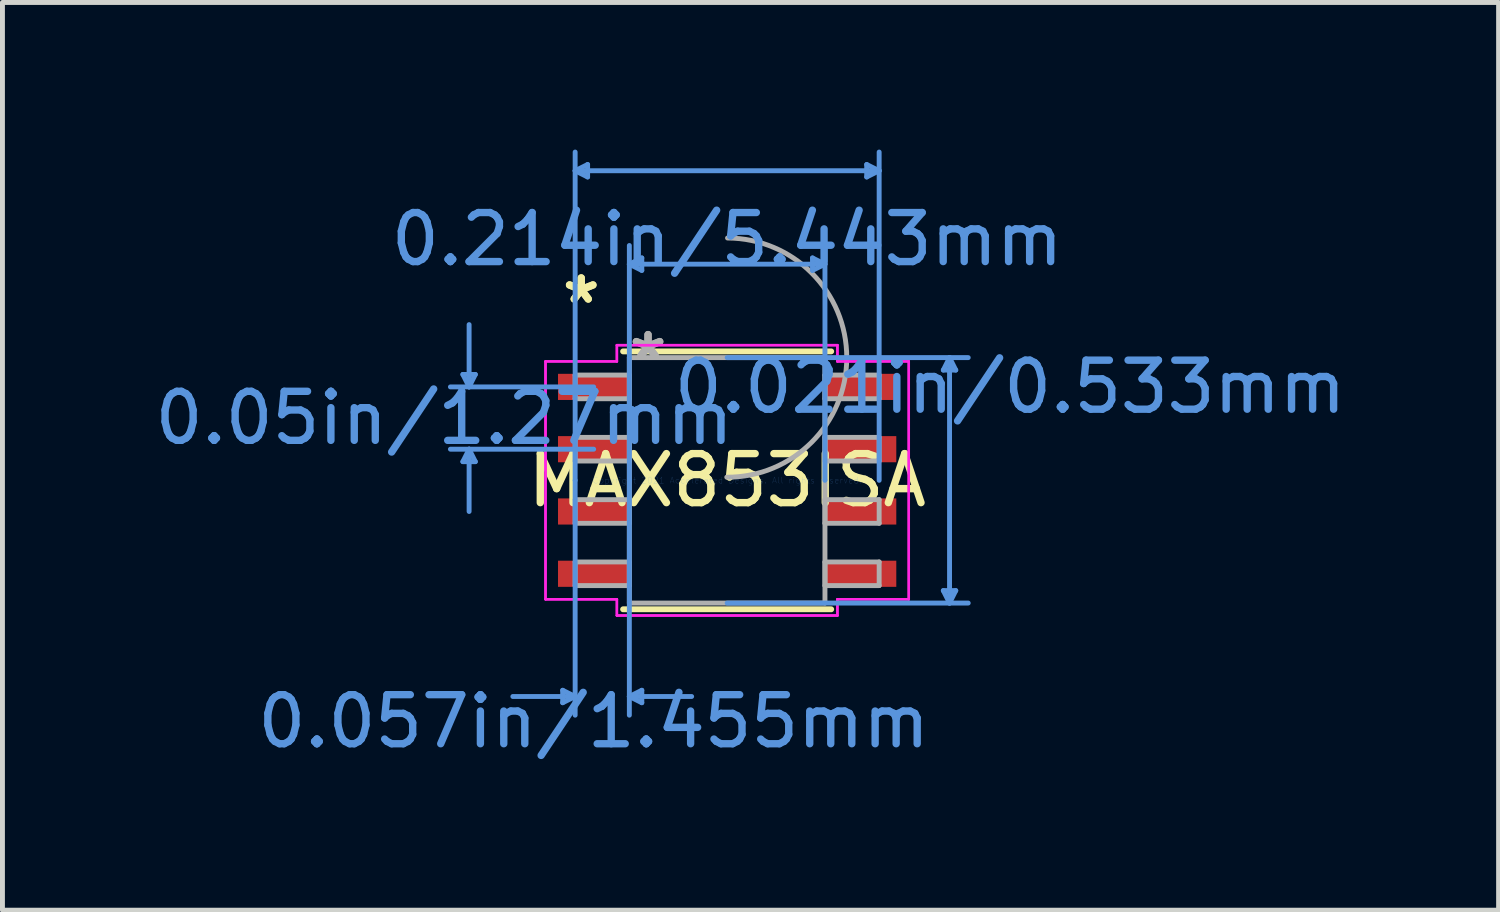
<source format=kicad_pcb>
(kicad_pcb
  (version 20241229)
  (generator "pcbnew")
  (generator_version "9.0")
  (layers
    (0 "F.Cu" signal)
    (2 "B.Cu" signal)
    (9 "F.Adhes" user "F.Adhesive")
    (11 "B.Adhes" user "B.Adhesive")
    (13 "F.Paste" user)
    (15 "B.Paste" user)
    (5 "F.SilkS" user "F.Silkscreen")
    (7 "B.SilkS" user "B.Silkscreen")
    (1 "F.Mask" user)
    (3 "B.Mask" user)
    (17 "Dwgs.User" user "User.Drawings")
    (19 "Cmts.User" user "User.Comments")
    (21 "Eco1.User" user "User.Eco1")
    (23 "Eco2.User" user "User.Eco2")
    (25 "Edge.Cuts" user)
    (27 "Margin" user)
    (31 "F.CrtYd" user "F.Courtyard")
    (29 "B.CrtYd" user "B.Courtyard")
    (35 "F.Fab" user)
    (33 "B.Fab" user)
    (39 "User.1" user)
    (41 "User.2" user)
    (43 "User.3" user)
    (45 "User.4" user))
  (footprint "MAX853ISA"
    (layer "F.Cu")
    (at 11.775 6.743)
    (property "Reference" "MAX853ISA" (at 0 0 0) (layer "F.SilkS") (effects (font (size 1 1) (thickness 0.15))))
    (attr through_hole)
    (fp_line (start -2.121 2.629) (end 2.121 2.629) (stroke (width 0.12) (type solid)) (layer "F.SilkS"))
    (fp_line (start 2.121 -2.629) (end -2.121 -2.629) (stroke (width 0.12) (type solid)) (layer "F.SilkS"))
    (fp_line (start -5.388 -2.159) (end -5.134 -2.159) (stroke (width 0.1) (type solid)) (layer "Cmts.User"))
    (fp_line (start -5.388 -0.381) (end -5.134 -0.381) (stroke (width 0.1) (type solid)) (layer "Cmts.User"))
    (fp_line (start -5.261 -1.905) (end -5.388 -2.159) (stroke (width 0.1) (type solid)) (layer "Cmts.User"))
    (fp_line (start -5.261 -1.905) (end -5.261 -3.175) (stroke (width 0.1) (type solid)) (layer "Cmts.User"))
    (fp_line (start -5.261 -1.905) (end -5.134 -2.159) (stroke (width 0.1) (type solid)) (layer "Cmts.User"))
    (fp_line (start -5.261 -0.635) (end -5.388 -0.381) (stroke (width 0.1) (type solid)) (layer "Cmts.User"))
    (fp_line (start -5.261 -0.635) (end -5.261 0.635) (stroke (width 0.1) (type solid)) (layer "Cmts.User"))
    (fp_line (start -5.261 -0.635) (end -5.134 -0.381) (stroke (width 0.1) (type solid)) (layer "Cmts.User"))
    (fp_line (start -3.353 4.28) (end -3.353 4.534) (stroke (width 0.1) (type solid)) (layer "Cmts.User"))
    (fp_line (start -3.099 -6.312) (end -2.845 -6.439) (stroke (width 0.1) (type solid)) (layer "Cmts.User"))
    (fp_line (start -3.099 -6.312) (end -2.845 -6.185) (stroke (width 0.1) (type solid)) (layer "Cmts.User"))
    (fp_line (start -3.099 -6.312) (end 3.099 -6.312) (stroke (width 0.1) (type solid)) (layer "Cmts.User"))
    (fp_line (start -3.099 0) (end -3.099 -6.693) (stroke (width 0.1) (type solid)) (layer "Cmts.User"))
    (fp_line (start -3.099 0) (end -3.099 4.788) (stroke (width 0.1) (type solid)) (layer "Cmts.User"))
    (fp_line (start -3.099 4.407) (end -4.369 4.407) (stroke (width 0.1) (type solid)) (layer "Cmts.User"))
    (fp_line (start -3.099 4.407) (end -3.353 4.28) (stroke (width 0.1) (type solid)) (layer "Cmts.User"))
    (fp_line (start -3.099 4.407) (end -3.353 4.534) (stroke (width 0.1) (type solid)) (layer "Cmts.User"))
    (fp_line (start -2.845 -6.439) (end -2.845 -6.185) (stroke (width 0.1) (type solid)) (layer "Cmts.User"))
    (fp_line (start -2.721 -1.905) (end -5.642 -1.905) (stroke (width 0.1) (type solid)) (layer "Cmts.User"))
    (fp_line (start -2.721 -0.635) (end -5.642 -0.635) (stroke (width 0.1) (type solid)) (layer "Cmts.User"))
    (fp_line (start -1.994 -4.407) (end -1.74 -4.534) (stroke (width 0.1) (type solid)) (layer "Cmts.User"))
    (fp_line (start -1.994 -4.407) (end -1.74 -4.28) (stroke (width 0.1) (type solid)) (layer "Cmts.User"))
    (fp_line (start -1.994 -4.407) (end 1.994 -4.407) (stroke (width 0.1) (type solid)) (layer "Cmts.User"))
    (fp_line (start -1.994 0) (end -1.994 -4.788) (stroke (width 0.1) (type solid)) (layer "Cmts.User"))
    (fp_line (start -1.994 0) (end -1.994 4.788) (stroke (width 0.1) (type solid)) (layer "Cmts.User"))
    (fp_line (start -1.994 4.407) (end -1.74 4.28) (stroke (width 0.1) (type solid)) (layer "Cmts.User"))
    (fp_line (start -1.994 4.407) (end -1.74 4.534) (stroke (width 0.1) (type solid)) (layer "Cmts.User"))
    (fp_line (start -1.994 4.407) (end -0.724 4.407) (stroke (width 0.1) (type solid)) (layer "Cmts.User"))
    (fp_line (start -1.74 -4.534) (end -1.74 -4.28) (stroke (width 0.1) (type solid)) (layer "Cmts.User"))
    (fp_line (start -1.74 4.28) (end -1.74 4.534) (stroke (width 0.1) (type solid)) (layer "Cmts.User"))
    (fp_line (start 0 -2.502) (end 4.915 -2.502) (stroke (width 0.1) (type solid)) (layer "Cmts.User"))
    (fp_line (start 0 2.502) (end 4.915 2.502) (stroke (width 0.1) (type solid)) (layer "Cmts.User"))
    (fp_line (start 1.74 -4.534) (end 1.74 -4.28) (stroke (width 0.1) (type solid)) (layer "Cmts.User"))
    (fp_line (start 1.994 -4.407) (end 1.74 -4.534) (stroke (width 0.1) (type solid)) (layer "Cmts.User"))
    (fp_line (start 1.994 -4.407) (end 1.74 -4.28) (stroke (width 0.1) (type solid)) (layer "Cmts.User"))
    (fp_line (start 1.994 0) (end 1.994 -4.788) (stroke (width 0.1) (type solid)) (layer "Cmts.User"))
    (fp_line (start 2.845 -6.439) (end 2.845 -6.185) (stroke (width 0.1) (type solid)) (layer "Cmts.User"))
    (fp_line (start 3.099 -6.312) (end 2.845 -6.439) (stroke (width 0.1) (type solid)) (layer "Cmts.User"))
    (fp_line (start 3.099 -6.312) (end 2.845 -6.185) (stroke (width 0.1) (type solid)) (layer "Cmts.User"))
    (fp_line (start 3.099 0) (end 3.099 -6.693) (stroke (width 0.1) (type solid)) (layer "Cmts.User"))
    (fp_line (start 4.407 -2.248) (end 4.661 -2.248) (stroke (width 0.1) (type solid)) (layer "Cmts.User"))
    (fp_line (start 4.407 2.248) (end 4.661 2.248) (stroke (width 0.1) (type solid)) (layer "Cmts.User"))
    (fp_line (start 4.534 -2.502) (end 4.407 -2.248) (stroke (width 0.1) (type solid)) (layer "Cmts.User"))
    (fp_line (start 4.534 -2.502) (end 4.534 2.502) (stroke (width 0.1) (type solid)) (layer "Cmts.User"))
    (fp_line (start 4.534 -2.502) (end 4.661 -2.248) (stroke (width 0.1) (type solid)) (layer "Cmts.User"))
    (fp_line (start 4.534 2.502) (end 4.407 2.248) (stroke (width 0.1) (type solid)) (layer "Cmts.User"))
    (fp_line (start 4.534 2.502) (end 4.661 2.248) (stroke (width 0.1) (type solid)) (layer "Cmts.User"))
    (fp_line (start -3.703 -2.425) (end -2.248 -2.425) (stroke (width 0.05) (type solid)) (layer "F.CrtYd"))
    (fp_line (start -3.703 -2.425) (end -2.248 -2.425) (stroke (width 0.05) (type solid)) (layer "F.CrtYd"))
    (fp_line (start -3.703 2.425) (end -3.703 -2.425) (stroke (width 0.05) (type solid)) (layer "F.CrtYd"))
    (fp_line (start -3.703 2.425) (end -3.703 -2.425) (stroke (width 0.05) (type solid)) (layer "F.CrtYd"))
    (fp_line (start -3.703 2.425) (end -2.248 2.425) (stroke (width 0.05) (type solid)) (layer "F.CrtYd"))
    (fp_line (start -2.248 -2.756) (end 2.248 -2.756) (stroke (width 0.05) (type solid)) (layer "F.CrtYd"))
    (fp_line (start -2.248 -2.756) (end 2.248 -2.756) (stroke (width 0.05) (type solid)) (layer "F.CrtYd"))
    (fp_line (start -2.248 -2.425) (end -2.248 -2.756) (stroke (width 0.05) (type solid)) (layer "F.CrtYd"))
    (fp_line (start -2.248 -2.425) (end -2.248 -2.756) (stroke (width 0.05) (type solid)) (layer "F.CrtYd"))
    (fp_line (start -2.248 2.425) (end -3.703 2.425) (stroke (width 0.05) (type solid)) (layer "F.CrtYd"))
    (fp_line (start -2.248 2.756) (end -2.248 2.425) (stroke (width 0.05) (type solid)) (layer "F.CrtYd"))
    (fp_line (start -2.248 2.756) (end -2.248 2.425) (stroke (width 0.05) (type solid)) (layer "F.CrtYd"))
    (fp_line (start 2.248 -2.756) (end 2.248 -2.425) (stroke (width 0.05) (type solid)) (layer "F.CrtYd"))
    (fp_line (start 2.248 -2.756) (end 2.248 -2.425) (stroke (width 0.05) (type solid)) (layer "F.CrtYd"))
    (fp_line (start 2.248 -2.425) (end 3.703 -2.425) (stroke (width 0.05) (type solid)) (layer "F.CrtYd"))
    (fp_line (start 2.248 2.425) (end 2.248 2.756) (stroke (width 0.05) (type solid)) (layer "F.CrtYd"))
    (fp_line (start 2.248 2.425) (end 2.248 2.756) (stroke (width 0.05) (type solid)) (layer "F.CrtYd"))
    (fp_line (start 2.248 2.756) (end -2.248 2.756) (stroke (width 0.05) (type solid)) (layer "F.CrtYd"))
    (fp_line (start 2.248 2.756) (end -2.248 2.756) (stroke (width 0.05) (type solid)) (layer "F.CrtYd"))
    (fp_line (start 3.703 -2.425) (end 2.248 -2.425) (stroke (width 0.05) (type solid)) (layer "F.CrtYd"))
    (fp_line (start 3.703 -2.425) (end 3.703 2.425) (stroke (width 0.05) (type solid)) (layer "F.CrtYd"))
    (fp_line (start 3.703 -2.425) (end 3.703 2.425) (stroke (width 0.05) (type solid)) (layer "F.CrtYd"))
    (fp_line (start 3.703 2.425) (end 2.248 2.425) (stroke (width 0.05) (type solid)) (layer "F.CrtYd"))
    (fp_line (start 3.703 2.425) (end 2.248 2.425) (stroke (width 0.05) (type solid)) (layer "F.CrtYd"))
    (fp_line (start -3.099 -2.146) (end -3.099 -1.664) (stroke (width 0.1) (type solid)) (layer "F.Fab"))
    (fp_line (start -3.099 -1.664) (end -1.994 -1.664) (stroke (width 0.1) (type solid)) (layer "F.Fab"))
    (fp_line (start -3.099 -0.876) (end -3.099 -0.394) (stroke (width 0.1) (type solid)) (layer "F.Fab"))
    (fp_line (start -3.099 -0.394) (end -1.994 -0.394) (stroke (width 0.1) (type solid)) (layer "F.Fab"))
    (fp_line (start -3.099 0.394) (end -3.099 0.876) (stroke (width 0.1) (type solid)) (layer "F.Fab"))
    (fp_line (start -3.099 0.876) (end -1.994 0.876) (stroke (width 0.1) (type solid)) (layer "F.Fab"))
    (fp_line (start -3.099 1.664) (end -3.099 2.146) (stroke (width 0.1) (type solid)) (layer "F.Fab"))
    (fp_line (start -3.099 2.146) (end -1.994 2.146) (stroke (width 0.1) (type solid)) (layer "F.Fab"))
    (fp_line (start -1.994 -2.502) (end -1.994 2.502) (stroke (width 0.1) (type solid)) (layer "F.Fab"))
    (fp_line (start -1.994 -2.146) (end -3.099 -2.146) (stroke (width 0.1) (type solid)) (layer "F.Fab"))
    (fp_line (start -1.994 -1.664) (end -1.994 -2.146) (stroke (width 0.1) (type solid)) (layer "F.Fab"))
    (fp_line (start -1.994 -0.876) (end -3.099 -0.876) (stroke (width 0.1) (type solid)) (layer "F.Fab"))
    (fp_line (start -1.994 -0.394) (end -1.994 -0.876) (stroke (width 0.1) (type solid)) (layer "F.Fab"))
    (fp_line (start -1.994 0.394) (end -3.099 0.394) (stroke (width 0.1) (type solid)) (layer "F.Fab"))
    (fp_line (start -1.994 0.876) (end -1.994 0.394) (stroke (width 0.1) (type solid)) (layer "F.Fab"))
    (fp_line (start -1.994 1.664) (end -3.099 1.664) (stroke (width 0.1) (type solid)) (layer "F.Fab"))
    (fp_line (start -1.994 2.146) (end -1.994 1.664) (stroke (width 0.1) (type solid)) (layer "F.Fab"))
    (fp_line (start -1.994 2.502) (end 1.994 2.502) (stroke (width 0.1) (type solid)) (layer "F.Fab"))
    (fp_line (start 1.994 -2.502) (end -1.994 -2.502) (stroke (width 0.1) (type solid)) (layer "F.Fab"))
    (fp_line (start 1.994 -2.146) (end 1.994 -1.664) (stroke (width 0.1) (type solid)) (layer "F.Fab"))
    (fp_line (start 1.994 -1.664) (end 3.099 -1.664) (stroke (width 0.1) (type solid)) (layer "F.Fab"))
    (fp_line (start 1.994 -0.876) (end 1.994 -0.394) (stroke (width 0.1) (type solid)) (layer "F.Fab"))
    (fp_line (start 1.994 -0.394) (end 3.099 -0.394) (stroke (width 0.1) (type solid)) (layer "F.Fab"))
    (fp_line (start 1.994 0.394) (end 1.994 0.876) (stroke (width 0.1) (type solid)) (layer "F.Fab"))
    (fp_line (start 1.994 0.876) (end 3.099 0.876) (stroke (width 0.1) (type solid)) (layer "F.Fab"))
    (fp_line (start 1.994 1.664) (end 1.994 2.146) (stroke (width 0.1) (type solid)) (layer "F.Fab"))
    (fp_line (start 1.994 2.146) (end 3.099 2.146) (stroke (width 0.1) (type solid)) (layer "F.Fab"))
    (fp_line (start 1.994 2.502) (end 1.994 -2.502) (stroke (width 0.1) (type solid)) (layer "F.Fab"))
    (fp_line (start 3.099 -2.146) (end 1.994 -2.146) (stroke (width 0.1) (type solid)) (layer "F.Fab"))
    (fp_line (start 3.099 -1.664) (end 3.099 -2.146) (stroke (width 0.1) (type solid)) (layer "F.Fab"))
    (fp_line (start 3.099 -0.876) (end 1.994 -0.876) (stroke (width 0.1) (type solid)) (layer "F.Fab"))
    (fp_line (start 3.099 -0.394) (end 3.099 -0.876) (stroke (width 0.1) (type solid)) (layer "F.Fab"))
    (fp_line (start 3.099 0.394) (end 1.994 0.394) (stroke (width 0.1) (type solid)) (layer "F.Fab"))
    (fp_line (start 3.099 0.876) (end 3.099 0.394) (stroke (width 0.1) (type solid)) (layer "F.Fab"))
    (fp_line (start 3.099 1.664) (end 1.994 1.664) (stroke (width 0.1) (type solid)) (layer "F.Fab"))
    (fp_line (start 3.099 2.146) (end 3.099 1.664) (stroke (width 0.1) (type solid)) (layer "F.Fab"))
    (fp_arc (start 0.007742 -4.940252) (mid 2.438352 -2.494158) (end -0.007742 -0.063548) (stroke (width 0.1) (type solid)) (layer "F.Fab"))
    (fp_text user "*" (at -2.975 -3.581 0) (layer "F.SilkS") (effects (font (size 1 1) (thickness 0.15))))
    (fp_text user "*" (at -2.975 -3.581 0) (layer "F.SilkS") (effects (font (size 1 1) (thickness 0.15))))
    (fp_text user "0.214in/5.443mm" (at 0 -4.915 0) (layer "Cmts.User") (effects (font (size 1 1) (thickness 0.15))))
    (fp_text user "0.021in/0.533mm" (at 5.769 -1.905 0) (layer "Cmts.User") (effects (font (size 1 1) (thickness 0.15))))
    (fp_text user "0.05in/1.27mm" (at -5.769 -1.27 0) (layer "Cmts.User") (effects (font (size 1 1) (thickness 0.15))))
    (fp_text user "0.057in/1.455mm" (at -2.721 4.915 0) (layer "Cmts.User") (effects (font (size 1 1) (thickness 0.15))))
    (fp_text user "Copyright 2021 Accelerated Designs. All rights reserved." (at 0 0 0) (layer "Cmts.User") (effects (font (size 0.127 0.127) (thickness 0.002))))
    (fp_text user "*" (at -1.613 -2.426 0) (layer "F.Fab") (effects (font (size 1 1) (thickness 0.15))))
    (fp_text user "*" (at -1.613 -2.426 0) (layer "F.Fab") (effects (font (size 1 1) (thickness 0.15))))
    (pad "1" smd rect (at -2.721 -1.905) (size 1.455 0.533) (layers "F.Cu" "F.Mask" "F.Paste"))
    (pad "2" smd rect (at -2.721 -0.635) (size 1.455 0.533) (layers "F.Cu" "F.Mask" "F.Paste"))
    (pad "3" smd rect (at -2.721 0.635) (size 1.455 0.533) (layers "F.Cu" "F.Mask" "F.Paste"))
    (pad "4" smd rect (at -2.721 1.905) (size 1.455 0.533) (layers "F.Cu" "F.Mask" "F.Paste"))
    (pad "5" smd rect (at 2.721 1.905) (size 1.455 0.533) (layers "F.Cu" "F.Mask" "F.Paste"))
    (pad "6" smd rect (at 2.721 0.635) (size 1.455 0.533) (layers "F.Cu" "F.Mask" "F.Paste"))
    (pad "7" smd rect (at 2.721 -0.635) (size 1.455 0.533) (layers "F.Cu" "F.Mask" "F.Paste"))
    (pad "8" smd rect (at 2.721 -1.905) (size 1.455 0.533) (layers "F.Cu" "F.Mask" "F.Paste")))
  (gr_rect
    (start -3 -3)
    (end 27.503 15.506)
    (stroke (width 0.1) (type default))
    (fill no)
    (layer "Edge.Cuts")))
</source>
